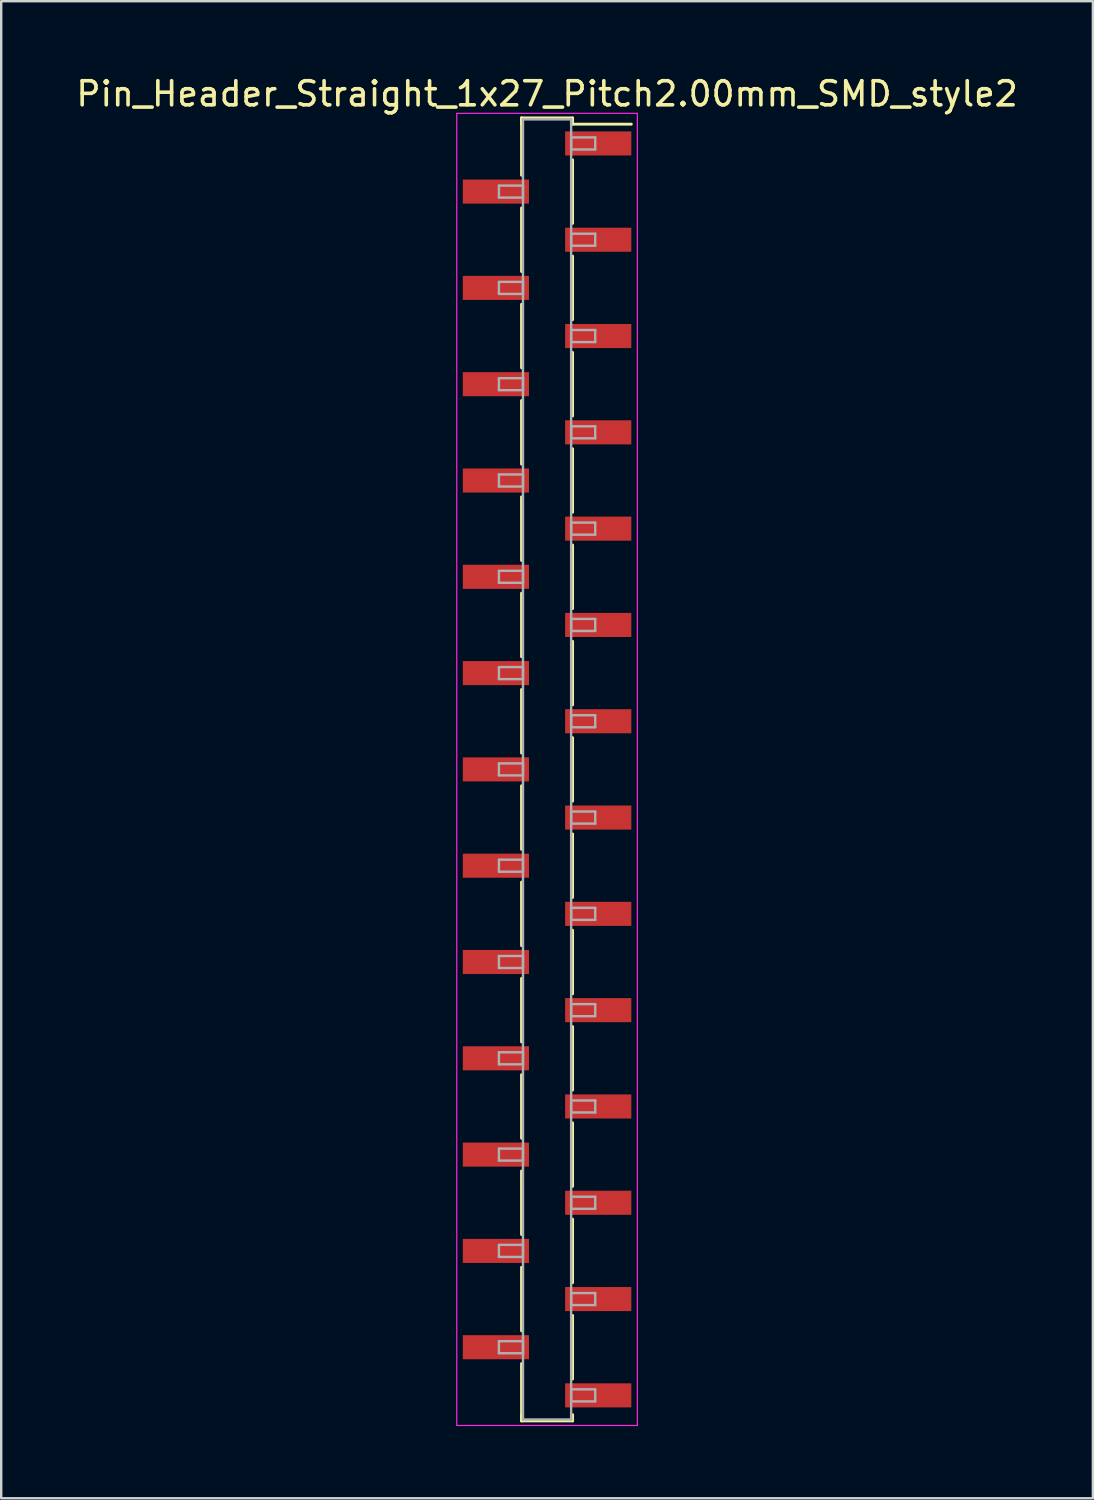
<source format=kicad_pcb>
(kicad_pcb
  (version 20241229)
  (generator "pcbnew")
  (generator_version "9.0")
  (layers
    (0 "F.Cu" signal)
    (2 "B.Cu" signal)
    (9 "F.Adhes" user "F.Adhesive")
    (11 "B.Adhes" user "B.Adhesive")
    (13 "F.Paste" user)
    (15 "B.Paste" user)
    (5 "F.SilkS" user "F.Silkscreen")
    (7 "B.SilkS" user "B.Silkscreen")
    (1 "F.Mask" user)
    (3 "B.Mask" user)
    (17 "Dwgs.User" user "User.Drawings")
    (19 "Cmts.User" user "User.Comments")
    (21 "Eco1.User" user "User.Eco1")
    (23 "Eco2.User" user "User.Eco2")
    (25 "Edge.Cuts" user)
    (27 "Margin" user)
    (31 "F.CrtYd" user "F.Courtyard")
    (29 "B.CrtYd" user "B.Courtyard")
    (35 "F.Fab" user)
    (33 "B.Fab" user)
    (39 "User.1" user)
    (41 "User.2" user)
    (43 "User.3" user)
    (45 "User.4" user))
  (footprint "Pin_Header_Straight_1x27_Pitch2.00mm_SMD_style2"
    (layer "F.Cu")
    (at 19.673 28.908)
    (property "Reference" "Pin_Header_Straight_1x27_Pitch2.00mm_SMD_style2" (at 0 -28.06 0) (layer "F.SilkS") (effects (font (size 1 1) (thickness 0.15))))
    (attr smd)
    (fp_line (start -1.06 -27.06) (end -1.06 -24.68) (stroke (width 0.12) (type solid)) (layer "F.SilkS"))
    (fp_line (start -1.06 -27.06) (end 1.06 -27.06) (stroke (width 0.12) (type solid)) (layer "F.SilkS"))
    (fp_line (start -1.06 -26.8) (end -1.06 -27.06) (stroke (width 0.12) (type solid)) (layer "F.SilkS"))
    (fp_line (start -1.06 -23.32) (end -1.06 -20.68) (stroke (width 0.12) (type solid)) (layer "F.SilkS"))
    (fp_line (start -1.06 -19.32) (end -1.06 -16.68) (stroke (width 0.12) (type solid)) (layer "F.SilkS"))
    (fp_line (start -1.06 -15.32) (end -1.06 -12.68) (stroke (width 0.12) (type solid)) (layer "F.SilkS"))
    (fp_line (start -1.06 -11.32) (end -1.06 -8.68) (stroke (width 0.12) (type solid)) (layer "F.SilkS"))
    (fp_line (start -1.06 -7.32) (end -1.06 -4.68) (stroke (width 0.12) (type solid)) (layer "F.SilkS"))
    (fp_line (start -1.06 -3.32) (end -1.06 -0.68) (stroke (width 0.12) (type solid)) (layer "F.SilkS"))
    (fp_line (start -1.06 0.68) (end -1.06 3.32) (stroke (width 0.12) (type solid)) (layer "F.SilkS"))
    (fp_line (start -1.06 4.68) (end -1.06 7.32) (stroke (width 0.12) (type solid)) (layer "F.SilkS"))
    (fp_line (start -1.06 8.68) (end -1.06 11.32) (stroke (width 0.12) (type solid)) (layer "F.SilkS"))
    (fp_line (start -1.06 12.68) (end -1.06 15.32) (stroke (width 0.12) (type solid)) (layer "F.SilkS"))
    (fp_line (start -1.06 16.68) (end -1.06 19.32) (stroke (width 0.12) (type solid)) (layer "F.SilkS"))
    (fp_line (start -1.06 20.68) (end -1.06 23.32) (stroke (width 0.12) (type solid)) (layer "F.SilkS"))
    (fp_line (start -1.06 24.68) (end -1.06 27.06) (stroke (width 0.12) (type solid)) (layer "F.SilkS"))
    (fp_line (start -1.06 26.8) (end -1.06 27.06) (stroke (width 0.12) (type solid)) (layer "F.SilkS"))
    (fp_line (start -1.06 27.06) (end 1.06 27.06) (stroke (width 0.12) (type solid)) (layer "F.SilkS"))
    (fp_line (start 1.06 -27.06) (end 1.06 -26.8) (stroke (width 0.12) (type solid)) (layer "F.SilkS"))
    (fp_line (start 1.06 -26.8) (end 3.5 -26.8) (stroke (width 0.12) (type solid)) (layer "F.SilkS"))
    (fp_line (start 1.06 -25.32) (end 1.06 -22.68) (stroke (width 0.12) (type solid)) (layer "F.SilkS"))
    (fp_line (start 1.06 -21.32) (end 1.06 -18.68) (stroke (width 0.12) (type solid)) (layer "F.SilkS"))
    (fp_line (start 1.06 -17.32) (end 1.06 -14.68) (stroke (width 0.12) (type solid)) (layer "F.SilkS"))
    (fp_line (start 1.06 -13.32) (end 1.06 -10.68) (stroke (width 0.12) (type solid)) (layer "F.SilkS"))
    (fp_line (start 1.06 -9.32) (end 1.06 -6.68) (stroke (width 0.12) (type solid)) (layer "F.SilkS"))
    (fp_line (start 1.06 -5.32) (end 1.06 -2.68) (stroke (width 0.12) (type solid)) (layer "F.SilkS"))
    (fp_line (start 1.06 -1.32) (end 1.06 1.32) (stroke (width 0.12) (type solid)) (layer "F.SilkS"))
    (fp_line (start 1.06 2.68) (end 1.06 5.32) (stroke (width 0.12) (type solid)) (layer "F.SilkS"))
    (fp_line (start 1.06 6.68) (end 1.06 9.32) (stroke (width 0.12) (type solid)) (layer "F.SilkS"))
    (fp_line (start 1.06 10.68) (end 1.06 13.32) (stroke (width 0.12) (type solid)) (layer "F.SilkS"))
    (fp_line (start 1.06 14.68) (end 1.06 17.32) (stroke (width 0.12) (type solid)) (layer "F.SilkS"))
    (fp_line (start 1.06 18.68) (end 1.06 21.32) (stroke (width 0.12) (type solid)) (layer "F.SilkS"))
    (fp_line (start 1.06 22.68) (end 1.06 25.32) (stroke (width 0.12) (type solid)) (layer "F.SilkS"))
    (fp_line (start 1.06 27.06) (end 1.06 26.8) (stroke (width 0.12) (type solid)) (layer "F.SilkS"))
    (fp_line (start -3.75 -27.25) (end -3.75 27.25) (stroke (width 0.05) (type solid)) (layer "F.CrtYd"))
    (fp_line (start -3.75 27.25) (end 3.75 27.25) (stroke (width 0.05) (type solid)) (layer "F.CrtYd"))
    (fp_line (start 3.75 -27.25) (end -3.75 -27.25) (stroke (width 0.05) (type solid)) (layer "F.CrtYd"))
    (fp_line (start 3.75 27.25) (end 3.75 -27.25) (stroke (width 0.05) (type solid)) (layer "F.CrtYd"))
    (fp_line (start -2 -24.25) (end -1 -24.25) (stroke (width 0.1) (type solid)) (layer "F.Fab"))
    (fp_line (start -2 -23.75) (end -2 -24.25) (stroke (width 0.1) (type solid)) (layer "F.Fab"))
    (fp_line (start -2 -20.25) (end -1 -20.25) (stroke (width 0.1) (type solid)) (layer "F.Fab"))
    (fp_line (start -2 -19.75) (end -2 -20.25) (stroke (width 0.1) (type solid)) (layer "F.Fab"))
    (fp_line (start -2 -16.25) (end -1 -16.25) (stroke (width 0.1) (type solid)) (layer "F.Fab"))
    (fp_line (start -2 -15.75) (end -2 -16.25) (stroke (width 0.1) (type solid)) (layer "F.Fab"))
    (fp_line (start -2 -12.25) (end -1 -12.25) (stroke (width 0.1) (type solid)) (layer "F.Fab"))
    (fp_line (start -2 -11.75) (end -2 -12.25) (stroke (width 0.1) (type solid)) (layer "F.Fab"))
    (fp_line (start -2 -8.25) (end -1 -8.25) (stroke (width 0.1) (type solid)) (layer "F.Fab"))
    (fp_line (start -2 -7.75) (end -2 -8.25) (stroke (width 0.1) (type solid)) (layer "F.Fab"))
    (fp_line (start -2 -4.25) (end -1 -4.25) (stroke (width 0.1) (type solid)) (layer "F.Fab"))
    (fp_line (start -2 -3.75) (end -2 -4.25) (stroke (width 0.1) (type solid)) (layer "F.Fab"))
    (fp_line (start -2 -0.25) (end -1 -0.25) (stroke (width 0.1) (type solid)) (layer "F.Fab"))
    (fp_line (start -2 0.25) (end -2 -0.25) (stroke (width 0.1) (type solid)) (layer "F.Fab"))
    (fp_line (start -2 3.75) (end -1 3.75) (stroke (width 0.1) (type solid)) (layer "F.Fab"))
    (fp_line (start -2 4.25) (end -2 3.75) (stroke (width 0.1) (type solid)) (layer "F.Fab"))
    (fp_line (start -2 7.75) (end -1 7.75) (stroke (width 0.1) (type solid)) (layer "F.Fab"))
    (fp_line (start -2 8.25) (end -2 7.75) (stroke (width 0.1) (type solid)) (layer "F.Fab"))
    (fp_line (start -2 11.75) (end -1 11.75) (stroke (width 0.1) (type solid)) (layer "F.Fab"))
    (fp_line (start -2 12.25) (end -2 11.75) (stroke (width 0.1) (type solid)) (layer "F.Fab"))
    (fp_line (start -2 15.75) (end -1 15.75) (stroke (width 0.1) (type solid)) (layer "F.Fab"))
    (fp_line (start -2 16.25) (end -2 15.75) (stroke (width 0.1) (type solid)) (layer "F.Fab"))
    (fp_line (start -2 19.75) (end -1 19.75) (stroke (width 0.1) (type solid)) (layer "F.Fab"))
    (fp_line (start -2 20.25) (end -2 19.75) (stroke (width 0.1) (type solid)) (layer "F.Fab"))
    (fp_line (start -2 23.75) (end -1 23.75) (stroke (width 0.1) (type solid)) (layer "F.Fab"))
    (fp_line (start -2 24.25) (end -2 23.75) (stroke (width 0.1) (type solid)) (layer "F.Fab"))
    (fp_line (start -1 -27) (end -1 27) (stroke (width 0.1) (type solid)) (layer "F.Fab"))
    (fp_line (start -1 -24.25) (end -1 -23.75) (stroke (width 0.1) (type solid)) (layer "F.Fab"))
    (fp_line (start -1 -23.75) (end -2 -23.75) (stroke (width 0.1) (type solid)) (layer "F.Fab"))
    (fp_line (start -1 -20.25) (end -1 -19.75) (stroke (width 0.1) (type solid)) (layer "F.Fab"))
    (fp_line (start -1 -19.75) (end -2 -19.75) (stroke (width 0.1) (type solid)) (layer "F.Fab"))
    (fp_line (start -1 -16.25) (end -1 -15.75) (stroke (width 0.1) (type solid)) (layer "F.Fab"))
    (fp_line (start -1 -15.75) (end -2 -15.75) (stroke (width 0.1) (type solid)) (layer "F.Fab"))
    (fp_line (start -1 -12.25) (end -1 -11.75) (stroke (width 0.1) (type solid)) (layer "F.Fab"))
    (fp_line (start -1 -11.75) (end -2 -11.75) (stroke (width 0.1) (type solid)) (layer "F.Fab"))
    (fp_line (start -1 -8.25) (end -1 -7.75) (stroke (width 0.1) (type solid)) (layer "F.Fab"))
    (fp_line (start -1 -7.75) (end -2 -7.75) (stroke (width 0.1) (type solid)) (layer "F.Fab"))
    (fp_line (start -1 -4.25) (end -1 -3.75) (stroke (width 0.1) (type solid)) (layer "F.Fab"))
    (fp_line (start -1 -3.75) (end -2 -3.75) (stroke (width 0.1) (type solid)) (layer "F.Fab"))
    (fp_line (start -1 -0.25) (end -1 0.25) (stroke (width 0.1) (type solid)) (layer "F.Fab"))
    (fp_line (start -1 0.25) (end -2 0.25) (stroke (width 0.1) (type solid)) (layer "F.Fab"))
    (fp_line (start -1 3.75) (end -1 4.25) (stroke (width 0.1) (type solid)) (layer "F.Fab"))
    (fp_line (start -1 4.25) (end -2 4.25) (stroke (width 0.1) (type solid)) (layer "F.Fab"))
    (fp_line (start -1 7.75) (end -1 8.25) (stroke (width 0.1) (type solid)) (layer "F.Fab"))
    (fp_line (start -1 8.25) (end -2 8.25) (stroke (width 0.1) (type solid)) (layer "F.Fab"))
    (fp_line (start -1 11.75) (end -1 12.25) (stroke (width 0.1) (type solid)) (layer "F.Fab"))
    (fp_line (start -1 12.25) (end -2 12.25) (stroke (width 0.1) (type solid)) (layer "F.Fab"))
    (fp_line (start -1 15.75) (end -1 16.25) (stroke (width 0.1) (type solid)) (layer "F.Fab"))
    (fp_line (start -1 16.25) (end -2 16.25) (stroke (width 0.1) (type solid)) (layer "F.Fab"))
    (fp_line (start -1 19.75) (end -1 20.25) (stroke (width 0.1) (type solid)) (layer "F.Fab"))
    (fp_line (start -1 20.25) (end -2 20.25) (stroke (width 0.1) (type solid)) (layer "F.Fab"))
    (fp_line (start -1 23.75) (end -1 24.25) (stroke (width 0.1) (type solid)) (layer "F.Fab"))
    (fp_line (start -1 24.25) (end -2 24.25) (stroke (width 0.1) (type solid)) (layer "F.Fab"))
    (fp_line (start -1 27) (end 1 27) (stroke (width 0.1) (type solid)) (layer "F.Fab"))
    (fp_line (start 1 -27) (end -1 -27) (stroke (width 0.1) (type solid)) (layer "F.Fab"))
    (fp_line (start 1 -26.25) (end 1 -25.75) (stroke (width 0.1) (type solid)) (layer "F.Fab"))
    (fp_line (start 1 -25.75) (end 2 -25.75) (stroke (width 0.1) (type solid)) (layer "F.Fab"))
    (fp_line (start 1 -22.25) (end 1 -21.75) (stroke (width 0.1) (type solid)) (layer "F.Fab"))
    (fp_line (start 1 -21.75) (end 2 -21.75) (stroke (width 0.1) (type solid)) (layer "F.Fab"))
    (fp_line (start 1 -18.25) (end 1 -17.75) (stroke (width 0.1) (type solid)) (layer "F.Fab"))
    (fp_line (start 1 -17.75) (end 2 -17.75) (stroke (width 0.1) (type solid)) (layer "F.Fab"))
    (fp_line (start 1 -14.25) (end 1 -13.75) (stroke (width 0.1) (type solid)) (layer "F.Fab"))
    (fp_line (start 1 -13.75) (end 2 -13.75) (stroke (width 0.1) (type solid)) (layer "F.Fab"))
    (fp_line (start 1 -10.25) (end 1 -9.75) (stroke (width 0.1) (type solid)) (layer "F.Fab"))
    (fp_line (start 1 -9.75) (end 2 -9.75) (stroke (width 0.1) (type solid)) (layer "F.Fab"))
    (fp_line (start 1 -6.25) (end 1 -5.75) (stroke (width 0.1) (type solid)) (layer "F.Fab"))
    (fp_line (start 1 -5.75) (end 2 -5.75) (stroke (width 0.1) (type solid)) (layer "F.Fab"))
    (fp_line (start 1 -2.25) (end 1 -1.75) (stroke (width 0.1) (type solid)) (layer "F.Fab"))
    (fp_line (start 1 -1.75) (end 2 -1.75) (stroke (width 0.1) (type solid)) (layer "F.Fab"))
    (fp_line (start 1 1.75) (end 1 2.25) (stroke (width 0.1) (type solid)) (layer "F.Fab"))
    (fp_line (start 1 2.25) (end 2 2.25) (stroke (width 0.1) (type solid)) (layer "F.Fab"))
    (fp_line (start 1 5.75) (end 1 6.25) (stroke (width 0.1) (type solid)) (layer "F.Fab"))
    (fp_line (start 1 6.25) (end 2 6.25) (stroke (width 0.1) (type solid)) (layer "F.Fab"))
    (fp_line (start 1 9.75) (end 1 10.25) (stroke (width 0.1) (type solid)) (layer "F.Fab"))
    (fp_line (start 1 10.25) (end 2 10.25) (stroke (width 0.1) (type solid)) (layer "F.Fab"))
    (fp_line (start 1 13.75) (end 1 14.25) (stroke (width 0.1) (type solid)) (layer "F.Fab"))
    (fp_line (start 1 14.25) (end 2 14.25) (stroke (width 0.1) (type solid)) (layer "F.Fab"))
    (fp_line (start 1 17.75) (end 1 18.25) (stroke (width 0.1) (type solid)) (layer "F.Fab"))
    (fp_line (start 1 18.25) (end 2 18.25) (stroke (width 0.1) (type solid)) (layer "F.Fab"))
    (fp_line (start 1 21.75) (end 1 22.25) (stroke (width 0.1) (type solid)) (layer "F.Fab"))
    (fp_line (start 1 22.25) (end 2 22.25) (stroke (width 0.1) (type solid)) (layer "F.Fab"))
    (fp_line (start 1 25.75) (end 1 26.25) (stroke (width 0.1) (type solid)) (layer "F.Fab"))
    (fp_line (start 1 26.25) (end 2 26.25) (stroke (width 0.1) (type solid)) (layer "F.Fab"))
    (fp_line (start 1 27) (end 1 -27) (stroke (width 0.1) (type solid)) (layer "F.Fab"))
    (fp_line (start 2 -26.25) (end 1 -26.25) (stroke (width 0.1) (type solid)) (layer "F.Fab"))
    (fp_line (start 2 -25.75) (end 2 -26.25) (stroke (width 0.1) (type solid)) (layer "F.Fab"))
    (fp_line (start 2 -22.25) (end 1 -22.25) (stroke (width 0.1) (type solid)) (layer "F.Fab"))
    (fp_line (start 2 -21.75) (end 2 -22.25) (stroke (width 0.1) (type solid)) (layer "F.Fab"))
    (fp_line (start 2 -18.25) (end 1 -18.25) (stroke (width 0.1) (type solid)) (layer "F.Fab"))
    (fp_line (start 2 -17.75) (end 2 -18.25) (stroke (width 0.1) (type solid)) (layer "F.Fab"))
    (fp_line (start 2 -14.25) (end 1 -14.25) (stroke (width 0.1) (type solid)) (layer "F.Fab"))
    (fp_line (start 2 -13.75) (end 2 -14.25) (stroke (width 0.1) (type solid)) (layer "F.Fab"))
    (fp_line (start 2 -10.25) (end 1 -10.25) (stroke (width 0.1) (type solid)) (layer "F.Fab"))
    (fp_line (start 2 -9.75) (end 2 -10.25) (stroke (width 0.1) (type solid)) (layer "F.Fab"))
    (fp_line (start 2 -6.25) (end 1 -6.25) (stroke (width 0.1) (type solid)) (layer "F.Fab"))
    (fp_line (start 2 -5.75) (end 2 -6.25) (stroke (width 0.1) (type solid)) (layer "F.Fab"))
    (fp_line (start 2 -2.25) (end 1 -2.25) (stroke (width 0.1) (type solid)) (layer "F.Fab"))
    (fp_line (start 2 -1.75) (end 2 -2.25) (stroke (width 0.1) (type solid)) (layer "F.Fab"))
    (fp_line (start 2 1.75) (end 1 1.75) (stroke (width 0.1) (type solid)) (layer "F.Fab"))
    (fp_line (start 2 2.25) (end 2 1.75) (stroke (width 0.1) (type solid)) (layer "F.Fab"))
    (fp_line (start 2 5.75) (end 1 5.75) (stroke (width 0.1) (type solid)) (layer "F.Fab"))
    (fp_line (start 2 6.25) (end 2 5.75) (stroke (width 0.1) (type solid)) (layer "F.Fab"))
    (fp_line (start 2 9.75) (end 1 9.75) (stroke (width 0.1) (type solid)) (layer "F.Fab"))
    (fp_line (start 2 10.25) (end 2 9.75) (stroke (width 0.1) (type solid)) (layer "F.Fab"))
    (fp_line (start 2 13.75) (end 1 13.75) (stroke (width 0.1) (type solid)) (layer "F.Fab"))
    (fp_line (start 2 14.25) (end 2 13.75) (stroke (width 0.1) (type solid)) (layer "F.Fab"))
    (fp_line (start 2 17.75) (end 1 17.75) (stroke (width 0.1) (type solid)) (layer "F.Fab"))
    (fp_line (start 2 18.25) (end 2 17.75) (stroke (width 0.1) (type solid)) (layer "F.Fab"))
    (fp_line (start 2 21.75) (end 1 21.75) (stroke (width 0.1) (type solid)) (layer "F.Fab"))
    (fp_line (start 2 22.25) (end 2 21.75) (stroke (width 0.1) (type solid)) (layer "F.Fab"))
    (fp_line (start 2 25.75) (end 1 25.75) (stroke (width 0.1) (type solid)) (layer "F.Fab"))
    (fp_line (start 2 26.25) (end 2 25.75) (stroke (width 0.1) (type solid)) (layer "F.Fab"))
    (pad "1" smd rect (at 2.125 -26) (size 2.75 1) (layers "F.Cu" "F.Mask"))
    (pad "2" smd rect (at -2.125 -24) (size 2.75 1) (layers "F.Cu" "F.Mask"))
    (pad "3" smd rect (at 2.125 -22) (size 2.75 1) (layers "F.Cu" "F.Mask"))
    (pad "4" smd rect (at -2.125 -20) (size 2.75 1) (layers "F.Cu" "F.Mask"))
    (pad "5" smd rect (at 2.125 -18) (size 2.75 1) (layers "F.Cu" "F.Mask"))
    (pad "6" smd rect (at -2.125 -16) (size 2.75 1) (layers "F.Cu" "F.Mask"))
    (pad "7" smd rect (at 2.125 -14) (size 2.75 1) (layers "F.Cu" "F.Mask"))
    (pad "8" smd rect (at -2.125 -12) (size 2.75 1) (layers "F.Cu" "F.Mask"))
    (pad "9" smd rect (at 2.125 -10) (size 2.75 1) (layers "F.Cu" "F.Mask"))
    (pad "10" smd rect (at -2.125 -8) (size 2.75 1) (layers "F.Cu" "F.Mask"))
    (pad "11" smd rect (at 2.125 -6) (size 2.75 1) (layers "F.Cu" "F.Mask"))
    (pad "12" smd rect (at -2.125 -4) (size 2.75 1) (layers "F.Cu" "F.Mask"))
    (pad "13" smd rect (at 2.125 -2) (size 2.75 1) (layers "F.Cu" "F.Mask"))
    (pad "14" smd rect (at -2.125 0) (size 2.75 1) (layers "F.Cu" "F.Mask"))
    (pad "15" smd rect (at 2.125 2) (size 2.75 1) (layers "F.Cu" "F.Mask"))
    (pad "16" smd rect (at -2.125 4) (size 2.75 1) (layers "F.Cu" "F.Mask"))
    (pad "17" smd rect (at 2.125 6) (size 2.75 1) (layers "F.Cu" "F.Mask"))
    (pad "18" smd rect (at -2.125 8) (size 2.75 1) (layers "F.Cu" "F.Mask"))
    (pad "19" smd rect (at 2.125 10) (size 2.75 1) (layers "F.Cu" "F.Mask"))
    (pad "20" smd rect (at -2.125 12) (size 2.75 1) (layers "F.Cu" "F.Mask"))
    (pad "21" smd rect (at 2.125 14) (size 2.75 1) (layers "F.Cu" "F.Mask"))
    (pad "22" smd rect (at -2.125 16) (size 2.75 1) (layers "F.Cu" "F.Mask"))
    (pad "23" smd rect (at 2.125 18) (size 2.75 1) (layers "F.Cu" "F.Mask"))
    (pad "24" smd rect (at -2.125 20) (size 2.75 1) (layers "F.Cu" "F.Mask"))
    (pad "25" smd rect (at 2.125 22) (size 2.75 1) (layers "F.Cu" "F.Mask"))
    (pad "26" smd rect (at -2.125 24) (size 2.75 1) (layers "F.Cu" "F.Mask"))
    (pad "27" smd rect (at 2.125 26) (size 2.75 1) (layers "F.Cu" "F.Mask")))
  (gr_rect
    (start -3 -3)
    (end 42.345 59.183)
    (stroke (width 0.1) (type default))
    (fill no)
    (layer "Edge.Cuts")))
</source>
